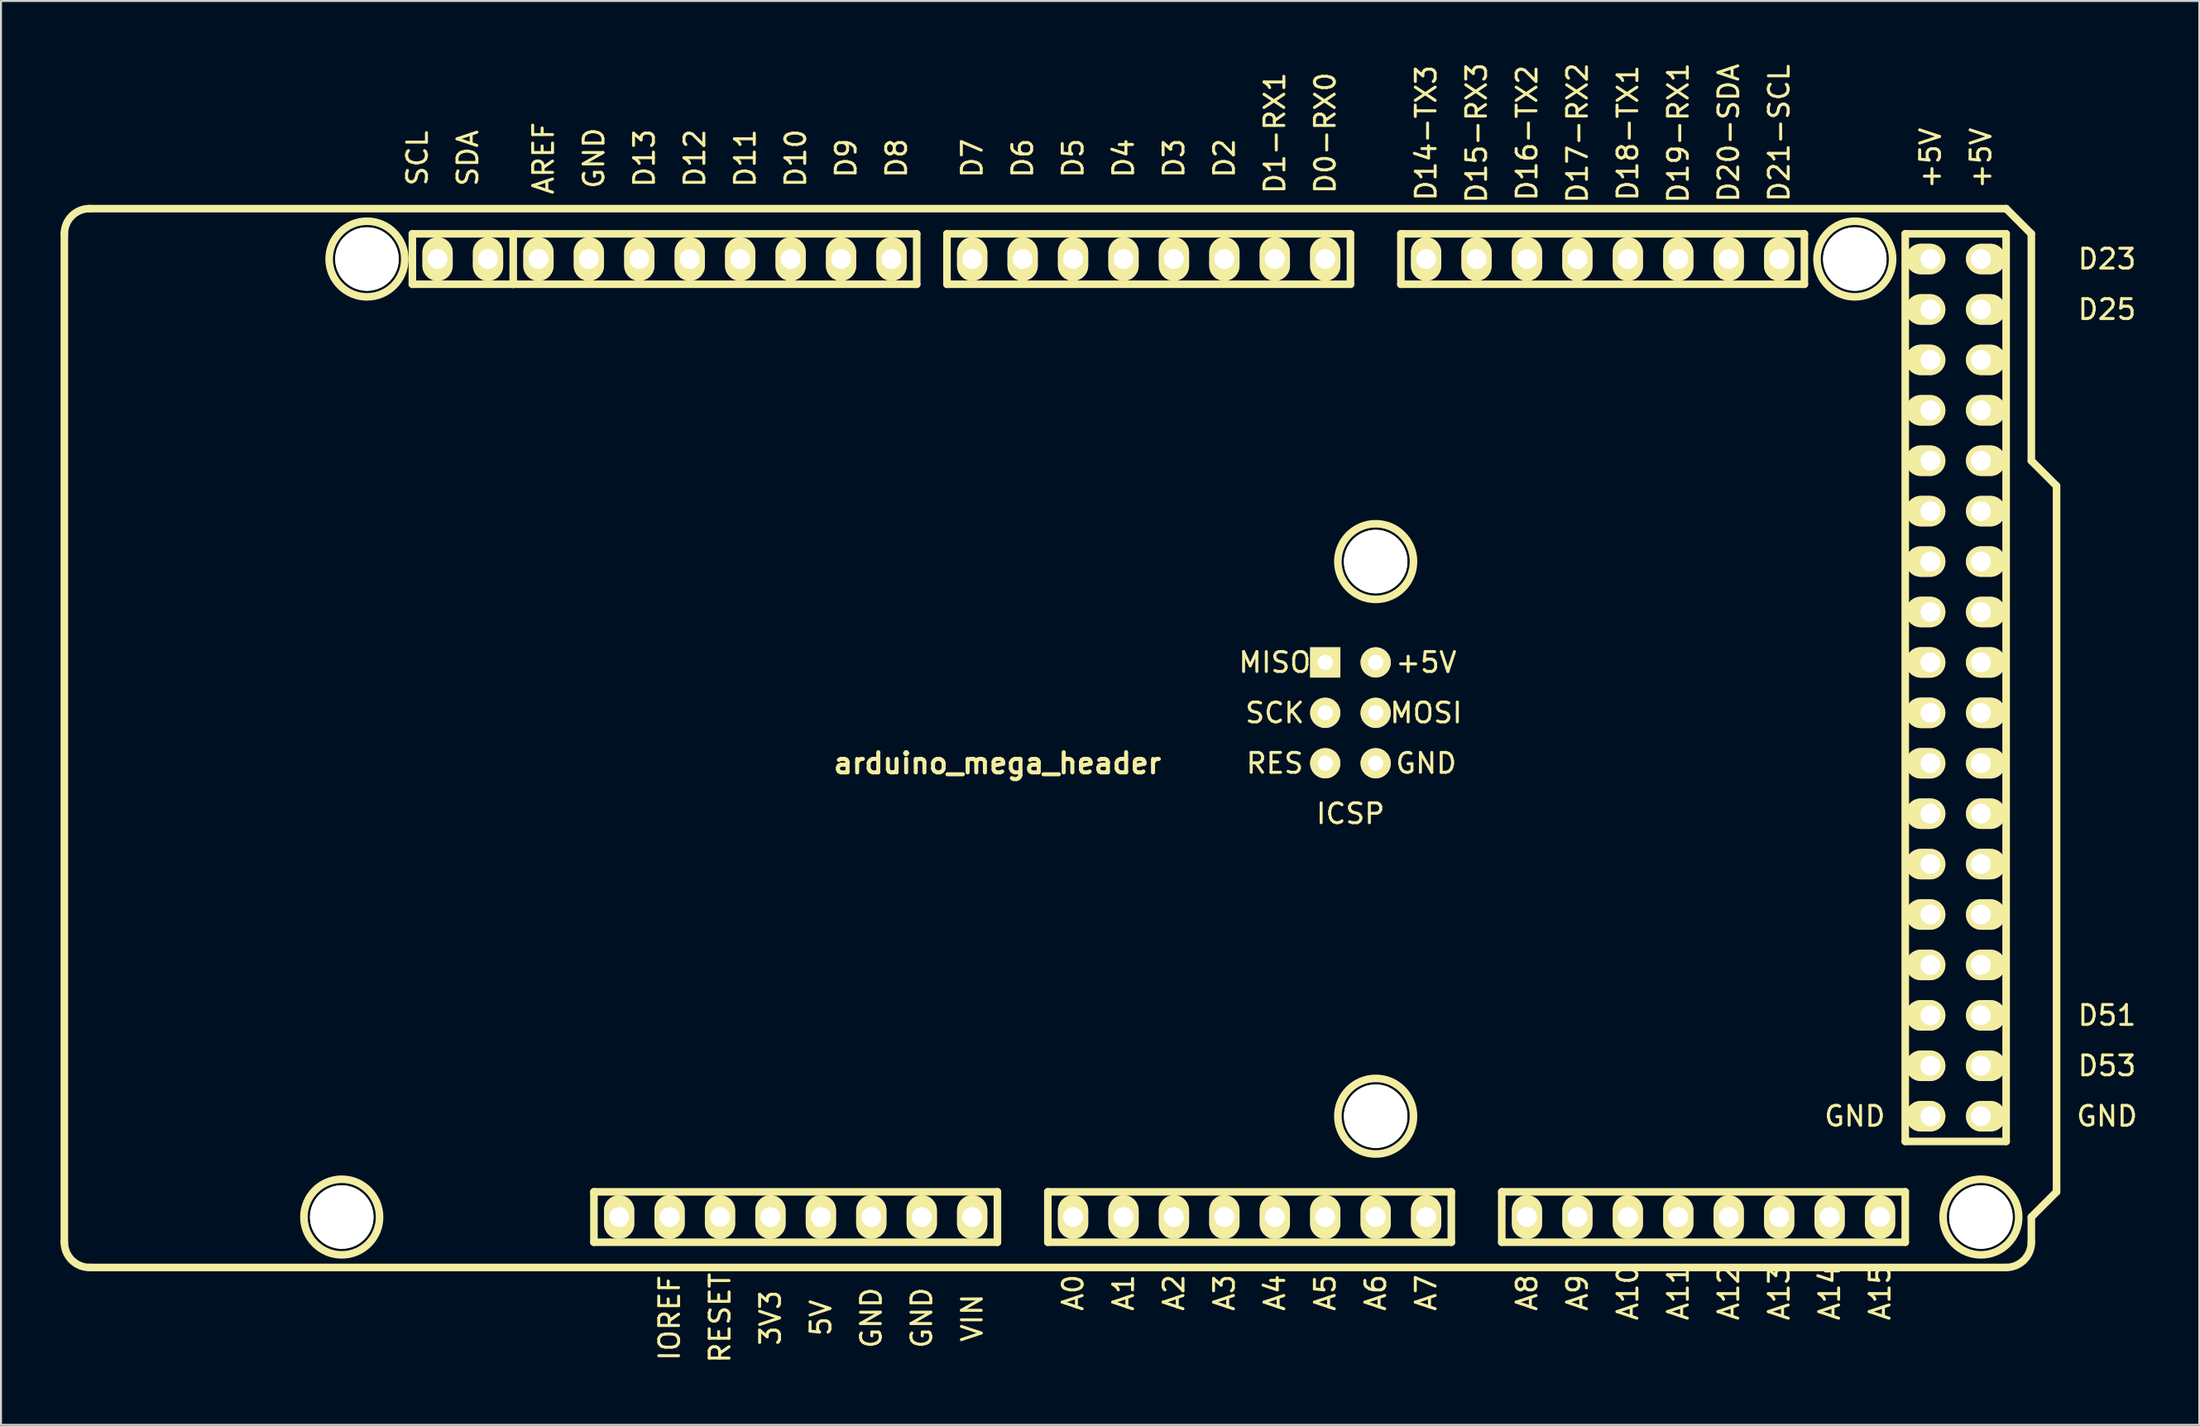
<source format=kicad_pcb>
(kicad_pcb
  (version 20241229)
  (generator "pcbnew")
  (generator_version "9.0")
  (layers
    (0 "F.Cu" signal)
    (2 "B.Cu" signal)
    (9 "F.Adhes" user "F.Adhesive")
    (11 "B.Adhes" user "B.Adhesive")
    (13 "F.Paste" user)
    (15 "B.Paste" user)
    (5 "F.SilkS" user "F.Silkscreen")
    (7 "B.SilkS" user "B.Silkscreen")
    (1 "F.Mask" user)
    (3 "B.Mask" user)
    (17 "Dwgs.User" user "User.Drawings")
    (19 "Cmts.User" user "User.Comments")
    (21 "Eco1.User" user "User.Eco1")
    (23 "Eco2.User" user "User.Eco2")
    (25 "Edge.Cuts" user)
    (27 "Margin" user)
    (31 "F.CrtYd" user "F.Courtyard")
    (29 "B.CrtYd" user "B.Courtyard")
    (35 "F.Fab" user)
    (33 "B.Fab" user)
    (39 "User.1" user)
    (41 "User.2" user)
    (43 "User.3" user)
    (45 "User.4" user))
  (footprint "arduino_mega_header"
    (layer "F.Cu")
    (at 49.721 34.129)
    (property "Reference" "arduino_mega_header" (at -2.54 1.27 0) (layer "F.SilkS") (effects (font (size 1.016 1.016) (thickness 0.203))))
    (attr through_hole)
    (fp_line (start -49.53 25.4) (end -49.53 -25.4) (stroke (width 0.381) (type solid)) (layer "F.SilkS"))
    (fp_line (start -48.26 -26.67) (end 48.26 -26.67) (stroke (width 0.381) (type solid)) (layer "F.SilkS"))
    (fp_line (start -48.26 26.67) (end 48.26 26.67) (stroke (width 0.381) (type solid)) (layer "F.SilkS"))
    (fp_line (start -32.004 -25.4) (end -32.004 -22.86) (stroke (width 0.381) (type solid)) (layer "F.SilkS"))
    (fp_line (start -32.004 -22.86) (end -26.924 -22.86) (stroke (width 0.381) (type solid)) (layer "F.SilkS"))
    (fp_line (start -26.924 -25.4) (end -32.004 -25.4) (stroke (width 0.381) (type solid)) (layer "F.SilkS"))
    (fp_line (start -26.924 -22.86) (end -26.924 -25.4) (stroke (width 0.381) (type solid)) (layer "F.SilkS"))
    (fp_line (start -22.86 25.4) (end -22.86 22.86) (stroke (width 0.381) (type solid)) (layer "F.SilkS"))
    (fp_line (start -22.86 25.4) (end -2.54 25.4) (stroke (width 0.381) (type solid)) (layer "F.SilkS"))
    (fp_line (start -6.604 -25.4) (end -26.924 -25.4) (stroke (width 0.381) (type solid)) (layer "F.SilkS"))
    (fp_line (start -6.604 -22.86) (end -26.924 -22.86) (stroke (width 0.381) (type solid)) (layer "F.SilkS"))
    (fp_line (start -6.604 -22.86) (end -6.604 -25.4) (stroke (width 0.381) (type solid)) (layer "F.SilkS"))
    (fp_line (start -5.08 -25.4) (end 15.24 -25.4) (stroke (width 0.381) (type solid)) (layer "F.SilkS"))
    (fp_line (start -5.08 -22.86) (end -5.08 -25.4) (stroke (width 0.381) (type solid)) (layer "F.SilkS"))
    (fp_line (start -2.54 22.86) (end -22.86 22.86) (stroke (width 0.381) (type solid)) (layer "F.SilkS"))
    (fp_line (start -2.54 22.86) (end -2.54 25.4) (stroke (width 0.381) (type solid)) (layer "F.SilkS"))
    (fp_line (start 0 22.86) (end 0 25.4) (stroke (width 0.381) (type solid)) (layer "F.SilkS"))
    (fp_line (start 0 25.4) (end 20.32 25.4) (stroke (width 0.381) (type solid)) (layer "F.SilkS"))
    (fp_line (start 15.24 -25.4) (end 15.24 -22.86) (stroke (width 0.381) (type solid)) (layer "F.SilkS"))
    (fp_line (start 15.24 -22.86) (end -5.08 -22.86) (stroke (width 0.381) (type solid)) (layer "F.SilkS"))
    (fp_line (start 17.78 -25.4) (end 17.78 -22.86) (stroke (width 0.381) (type solid)) (layer "F.SilkS"))
    (fp_line (start 17.78 -22.86) (end 38.1 -22.86) (stroke (width 0.381) (type solid)) (layer "F.SilkS"))
    (fp_line (start 20.32 22.86) (end 0 22.86) (stroke (width 0.381) (type solid)) (layer "F.SilkS"))
    (fp_line (start 20.32 25.4) (end 20.32 22.86) (stroke (width 0.381) (type solid)) (layer "F.SilkS"))
    (fp_line (start 22.86 22.86) (end 43.18 22.86) (stroke (width 0.381) (type solid)) (layer "F.SilkS"))
    (fp_line (start 22.86 25.4) (end 22.86 22.86) (stroke (width 0.381) (type solid)) (layer "F.SilkS"))
    (fp_line (start 38.1 -25.4) (end 17.78 -25.4) (stroke (width 0.381) (type solid)) (layer "F.SilkS"))
    (fp_line (start 38.1 -22.86) (end 38.1 -25.4) (stroke (width 0.381) (type solid)) (layer "F.SilkS"))
    (fp_line (start 43.18 -25.4) (end 43.18 20.32) (stroke (width 0.381) (type solid)) (layer "F.SilkS"))
    (fp_line (start 43.18 20.32) (end 48.26 20.32) (stroke (width 0.381) (type solid)) (layer "F.SilkS"))
    (fp_line (start 43.18 22.86) (end 43.18 25.4) (stroke (width 0.381) (type solid)) (layer "F.SilkS"))
    (fp_line (start 43.18 25.4) (end 22.86 25.4) (stroke (width 0.381) (type solid)) (layer "F.SilkS"))
    (fp_line (start 48.26 -26.67) (end 49.53 -25.4) (stroke (width 0.381) (type solid)) (layer "F.SilkS"))
    (fp_line (start 48.26 -25.4) (end 43.18 -25.4) (stroke (width 0.381) (type solid)) (layer "F.SilkS"))
    (fp_line (start 48.26 20.32) (end 48.26 -25.4) (stroke (width 0.381) (type solid)) (layer "F.SilkS"))
    (fp_line (start 49.53 -25.4) (end 49.53 -13.97) (stroke (width 0.381) (type solid)) (layer "F.SilkS"))
    (fp_line (start 49.53 -13.97) (end 50.8 -12.7) (stroke (width 0.381) (type solid)) (layer "F.SilkS"))
    (fp_line (start 49.53 24.13) (end 49.53 25.4) (stroke (width 0.381) (type solid)) (layer "F.SilkS"))
    (fp_line (start 50.8 -12.7) (end 50.8 22.86) (stroke (width 0.381) (type solid)) (layer "F.SilkS"))
    (fp_line (start 50.8 22.86) (end 49.53 24.13) (stroke (width 0.381) (type solid)) (layer "F.SilkS"))
    (fp_arc (start -49.53 -25.4) (mid -49.158026 -26.298026) (end -48.26 -26.67) (stroke (width 0.381) (type solid)) (layer "F.SilkS"))
    (fp_arc (start -48.26 26.67) (mid -49.158026 26.298026) (end -49.53 25.4) (stroke (width 0.381) (type solid)) (layer "F.SilkS"))
    (fp_arc (start 49.53 25.4) (mid 49.158026 26.298026) (end 48.26 26.67) (stroke (width 0.381) (type solid)) (layer "F.SilkS"))
    (fp_circle (center -35.56 24.13) (end -33.655 24.13) (stroke (width 0.381) (type solid)) (fill no) (layer "F.SilkS"))
    (fp_circle (center -34.29 -24.13) (end -32.385 -24.13) (stroke (width 0.381) (type solid)) (fill no) (layer "F.SilkS"))
    (fp_circle (center 16.51 -8.89) (end 18.415 -8.89) (stroke (width 0.381) (type solid)) (fill no) (layer "F.SilkS"))
    (fp_circle (center 16.51 19.05) (end 18.415 19.05) (stroke (width 0.381) (type solid)) (fill no) (layer "F.SilkS"))
    (fp_circle (center 40.64 -24.13) (end 42.545 -24.13) (stroke (width 0.381) (type solid)) (fill no) (layer "F.SilkS"))
    (fp_circle (center 46.99 24.13) (end 48.895 24.13) (stroke (width 0.381) (type solid)) (fill no) (layer "F.SilkS"))
    (fp_text user "+5V" (at 44.45 -29.21 90) (layer "F.SilkS") (effects (font (size 1 1) (thickness 0.15))))
    (fp_text user "GND" (at 53.34 19.05 180) (layer "F.SilkS") (effects (font (size 1 1) (thickness 0.15))))
    (fp_text user "D4" (at 3.81 -29.21 90) (layer "F.SilkS") (effects (font (size 1 1) (thickness 0.15))))
    (fp_text user "ICSP" (at 15.24 3.81 180) (layer "F.SilkS") (effects (font (size 1 1) (thickness 0.15))))
    (fp_text user "RES" (at 11.43 1.27 180) (layer "F.SilkS") (effects (font (size 1 1) (thickness 0.15))))
    (fp_text user "D7" (at -3.81 -29.21 90) (layer "F.SilkS") (effects (font (size 1 1) (thickness 0.15))))
    (fp_text user "D18-TX1" (at 29.21 -30.48 90) (layer "F.SilkS") (effects (font (size 1 1) (thickness 0.15))))
    (fp_text user "MISO" (at 11.43 -3.81 180) (layer "F.SilkS") (effects (font (size 1 1) (thickness 0.15))))
    (fp_text user "A2" (at 6.35 27.94 90) (layer "F.SilkS") (effects (font (size 1 1) (thickness 0.15))))
    (fp_text user "IOREF" (at -19.05 29.21 90) (layer "F.SilkS") (effects (font (size 1 1) (thickness 0.15))))
    (fp_text user "SCK" (at 11.43 -1.27 180) (layer "F.SilkS") (effects (font (size 1 1) (thickness 0.15))))
    (fp_text user "A9" (at 26.67 27.94 90) (layer "F.SilkS") (effects (font (size 1 1) (thickness 0.15))))
    (fp_text user "A7" (at 19.05 27.94 90) (layer "F.SilkS") (effects (font (size 1 1) (thickness 0.15))))
    (fp_text user "D25" (at 53.34 -21.59 180) (layer "F.SilkS") (effects (font (size 1 1) (thickness 0.15))))
    (fp_text user "D53" (at 53.34 16.51 180) (layer "F.SilkS") (effects (font (size 1 1) (thickness 0.15))))
    (fp_text user "A0" (at 1.27 27.94 90) (layer "F.SilkS") (effects (font (size 1 1) (thickness 0.15))))
    (fp_text user "GND" (at -6.35 29.21 90) (layer "F.SilkS") (effects (font (size 1 1) (thickness 0.15))))
    (fp_text user "D1-RX1" (at 11.43 -30.48 90) (layer "F.SilkS") (effects (font (size 1 1) (thickness 0.15))))
    (fp_text user "D9" (at -10.16 -29.21 90) (layer "F.SilkS") (effects (font (size 1 1) (thickness 0.15))))
    (fp_text user "D51" (at 53.34 13.97 180) (layer "F.SilkS") (effects (font (size 1 1) (thickness 0.15))))
    (fp_text user "GND" (at -22.86 -29.21 90) (layer "F.SilkS") (effects (font (size 1 1) (thickness 0.15))))
    (fp_text user "A5" (at 13.97 27.94 90) (layer "F.SilkS") (effects (font (size 1 1) (thickness 0.15))))
    (fp_text user "D10" (at -12.7 -29.21 90) (layer "F.SilkS") (effects (font (size 1 1) (thickness 0.15))))
    (fp_text user "D21-SCL" (at 36.83 -30.48 90) (layer "F.SilkS") (effects (font (size 1 1) (thickness 0.15))))
    (fp_text user "D12" (at -17.78 -29.21 90) (layer "F.SilkS") (effects (font (size 1 1) (thickness 0.15))))
    (fp_text user "D14-TX3" (at 19.05 -30.48 90) (layer "F.SilkS") (effects (font (size 1 1) (thickness 0.15))))
    (fp_text user "D11" (at -15.24 -29.21 90) (layer "F.SilkS") (effects (font (size 1 1) (thickness 0.15))))
    (fp_text user "GND" (at -8.89 29.21 90) (layer "F.SilkS") (effects (font (size 1 1) (thickness 0.15))))
    (fp_text user "A15" (at 41.91 27.94 90) (layer "F.SilkS") (effects (font (size 1 1) (thickness 0.15))))
    (fp_text user "GND" (at 19.05 1.27 180) (layer "F.SilkS") (effects (font (size 1 1) (thickness 0.15))))
    (fp_text user "A11" (at 31.75 27.94 90) (layer "F.SilkS") (effects (font (size 1 1) (thickness 0.15))))
    (fp_text user "D15-RX3" (at 21.59 -30.48 90) (layer "F.SilkS") (effects (font (size 1 1) (thickness 0.15))))
    (fp_text user "SCL" (at -31.75 -29.21 90) (layer "F.SilkS") (effects (font (size 1 1) (thickness 0.15))))
    (fp_text user "D2" (at 8.89 -29.21 90) (layer "F.SilkS") (effects (font (size 1 1) (thickness 0.15))))
    (fp_text user "RESET" (at -16.51 29.21 90) (layer "F.SilkS") (effects (font (size 1 1) (thickness 0.15))))
    (fp_text user "D23" (at 53.34 -24.13 180) (layer "F.SilkS") (effects (font (size 1 1) (thickness 0.15))))
    (fp_text user "D3" (at 6.35 -29.21 90) (layer "F.SilkS") (effects (font (size 1 1) (thickness 0.15))))
    (fp_text user "D6" (at -1.27 -29.21 90) (layer "F.SilkS") (effects (font (size 1 1) (thickness 0.15))))
    (fp_text user "MOSI" (at 19.05 -1.27 180) (layer "F.SilkS") (effects (font (size 1 1) (thickness 0.15))))
    (fp_text user "+5V" (at 46.99 -29.21 90) (layer "F.SilkS") (effects (font (size 1 1) (thickness 0.15))))
    (fp_text user "D17-RX2" (at 26.67 -30.48 90) (layer "F.SilkS") (effects (font (size 1 1) (thickness 0.15))))
    (fp_text user "A6" (at 16.51 27.94 90) (layer "F.SilkS") (effects (font (size 1 1) (thickness 0.15))))
    (fp_text user "A13" (at 36.83 27.94 90) (layer "F.SilkS") (effects (font (size 1 1) (thickness 0.15))))
    (fp_text user "AREF" (at -25.4 -29.21 90) (layer "F.SilkS") (effects (font (size 1 1) (thickness 0.15))))
    (fp_text user "SDA" (at -29.21 -29.21 90) (layer "F.SilkS") (effects (font (size 1 1) (thickness 0.15))))
    (fp_text user "+5V" (at 19.05 -3.81 180) (layer "F.SilkS") (effects (font (size 1 1) (thickness 0.15))))
    (fp_text user "A10" (at 29.21 27.94 90) (layer "F.SilkS") (effects (font (size 1 1) (thickness 0.15))))
    (fp_text user "A3" (at 8.89 27.94 90) (layer "F.SilkS") (effects (font (size 1 1) (thickness 0.15))))
    (fp_text user "D8" (at -7.62 -29.21 90) (layer "F.SilkS") (effects (font (size 1 1) (thickness 0.15))))
    (fp_text user "" (at -1.27 -1.27 0) (layer "F.SilkS") (effects (font (size 1 1) (thickness 0.15))))
    (fp_text user "A4" (at 11.43 27.94 90) (layer "F.SilkS") (effects (font (size 1 1) (thickness 0.15))))
    (fp_text user "3V3" (at -13.97 29.21 90) (layer "F.SilkS") (effects (font (size 1 1) (thickness 0.15))))
    (fp_text user "A14" (at 39.37 27.94 90) (layer "F.SilkS") (effects (font (size 1 1) (thickness 0.15))))
    (fp_text user "D16-TX2" (at 24.13 -30.48 90) (layer "F.SilkS") (effects (font (size 1 1) (thickness 0.15))))
    (fp_text user "A1" (at 3.81 27.94 90) (layer "F.SilkS") (effects (font (size 1 1) (thickness 0.15))))
    (fp_text user "A12" (at 34.29 27.94 90) (layer "F.SilkS") (effects (font (size 1 1) (thickness 0.15))))
    (fp_text user "5V" (at -11.43 29.21 90) (layer "F.SilkS") (effects (font (size 1 1) (thickness 0.15))))
    (fp_text user "GND" (at 40.64 19.05 180) (layer "F.SilkS") (effects (font (size 1 1) (thickness 0.15))))
    (fp_text user "D19-RX1" (at 31.75 -30.48 90) (layer "F.SilkS") (effects (font (size 1 1) (thickness 0.15))))
    (fp_text user "D5" (at 1.27 -29.21 90) (layer "F.SilkS") (effects (font (size 1 1) (thickness 0.15))))
    (fp_text user "D0-RX0" (at 13.97 -30.48 90) (layer "F.SilkS") (effects (font (size 1 1) (thickness 0.15))))
    (fp_text user "D13" (at -20.32 -29.21 90) (layer "F.SilkS") (effects (font (size 1 1) (thickness 0.15))))
    (fp_text user "D20-SDA" (at 34.29 -30.48 90) (layer "F.SilkS") (effects (font (size 1 1) (thickness 0.15))))
    (fp_text user "VIN" (at -3.81 29.21 90) (layer "F.SilkS") (effects (font (size 1 1) (thickness 0.15))))
    (fp_text user "A8" (at 24.13 27.94 90) (layer "F.SilkS") (effects (font (size 1 1) (thickness 0.15))))
    (pad "" np_thru_hole circle (at -35.56 24.13) (size 3.198 3.198) (drill 3.198) (layers "*.Cu" "*.Mask" "F.SilkS"))
    (pad "" np_thru_hole circle (at -34.29 -24.13) (size 3.198 3.198) (drill 3.198) (layers "*.Cu" "*.Mask" "F.SilkS"))
    (pad "" np_thru_hole circle (at 16.51 -8.89) (size 3.198 3.198) (drill 3.198) (layers "*.Cu" "*.Mask" "F.SilkS"))
    (pad "" np_thru_hole circle (at 16.51 19.05) (size 3.198 3.198) (drill 3.198) (layers "*.Cu" "*.Mask" "F.SilkS"))
    (pad "" np_thru_hole circle (at 40.64 -24.13) (size 3.198 3.198) (drill 3.198) (layers "*.Cu" "*.Mask" "F.SilkS"))
    (pad "" np_thru_hole circle (at 46.99 24.13) (size 3.198 3.198) (drill 3.198) (layers "*.Cu" "*.Mask" "F.SilkS"))
    (pad "1" thru_hole oval (at -21.59 24.13) (size 1.524 2.2) (drill 1.001) (layers "*.Cu" "*.Mask" "F.SilkS"))
    (pad "2" thru_hole oval (at -19.05 24.13) (size 1.524 2.2) (drill 1.001) (layers "*.Cu" "*.Mask" "F.SilkS"))
    (pad "3" thru_hole oval (at -16.51 24.13) (size 1.524 2.2) (drill 1.001) (layers "*.Cu" "*.Mask" "F.SilkS"))
    (pad "4" thru_hole oval (at -13.97 24.13) (size 1.524 2.2) (drill 1.001) (layers "*.Cu" "*.Mask" "F.SilkS"))
    (pad "5" thru_hole oval (at -11.43 24.13) (size 1.524 2.2) (drill 1.001) (layers "*.Cu" "*.Mask" "F.SilkS"))
    (pad "6" thru_hole oval (at -8.89 24.13) (size 1.524 2.2) (drill 1.001) (layers "*.Cu" "*.Mask" "F.SilkS"))
    (pad "7" thru_hole oval (at -6.35 24.13) (size 1.524 2.2) (drill 1.001) (layers "*.Cu" "*.Mask" "F.SilkS"))
    (pad "8" thru_hole oval (at -3.81 24.13) (size 1.524 2.2) (drill 1.001) (layers "*.Cu" "*.Mask" "F.SilkS"))
    (pad "9" thru_hole oval (at 1.27 24.13) (size 1.524 2.2) (drill 1.001) (layers "*.Cu" "*.Mask" "F.SilkS"))
    (pad "10" thru_hole oval (at 3.81 24.13) (size 1.524 2.2) (drill 1.001) (layers "*.Cu" "*.Mask" "F.SilkS"))
    (pad "11" thru_hole oval (at 6.35 24.13) (size 1.524 2.2) (drill 1.001) (layers "*.Cu" "*.Mask" "F.SilkS"))
    (pad "12" thru_hole oval (at 8.89 24.13) (size 1.524 2.2) (drill 1.001) (layers "*.Cu" "*.Mask" "F.SilkS"))
    (pad "13" thru_hole oval (at 11.43 24.13) (size 1.524 2.2) (drill 1.001) (layers "*.Cu" "*.Mask" "F.SilkS"))
    (pad "14" thru_hole oval (at 13.97 24.13) (size 1.524 2.2) (drill 1.001) (layers "*.Cu" "*.Mask" "F.SilkS"))
    (pad "15" thru_hole oval (at 16.51 24.13) (size 1.524 2.2) (drill 1.001) (layers "*.Cu" "*.Mask" "F.SilkS"))
    (pad "16" thru_hole oval (at 19.05 24.13) (size 1.524 2.2) (drill 1.001) (layers "*.Cu" "*.Mask" "F.SilkS"))
    (pad "17" thru_hole oval (at 24.13 24.13) (size 1.524 2.2) (drill 1.001) (layers "*.Cu" "*.Mask" "F.SilkS"))
    (pad "18" thru_hole oval (at 26.67 24.13) (size 1.524 2.2) (drill 1.001) (layers "*.Cu" "*.Mask" "F.SilkS"))
    (pad "19" thru_hole oval (at 29.21 24.13) (size 1.524 2.2) (drill 1.001) (layers "*.Cu" "*.Mask" "F.SilkS"))
    (pad "20" thru_hole oval (at 31.75 24.13) (size 1.524 2.197) (drill 1.001) (layers "*.Cu" "*.Mask" "F.SilkS"))
    (pad "21" thru_hole oval (at 34.29 24.13) (size 1.524 2.197) (drill 1.001) (layers "*.Cu" "*.Mask" "F.SilkS"))
    (pad "22" thru_hole oval (at 36.83 24.13) (size 1.524 2.197) (drill 1.001) (layers "*.Cu" "*.Mask" "F.SilkS"))
    (pad "23" thru_hole oval (at 39.37 24.13) (size 1.524 2.197) (drill 1.001) (layers "*.Cu" "*.Mask" "F.SilkS"))
    (pad "24" thru_hole oval (at 41.91 24.13) (size 1.524 2.197) (drill 1.001) (layers "*.Cu" "*.Mask" "F.SilkS"))
    (pad "25" thru_hole oval (at 44.45 19.05) (size 1.999 1.539) (drill 1.001 (offset -0.249 0)) (layers "*.Cu" "*.Mask" "F.SilkS"))
    (pad "26" thru_hole oval (at 44.45 16.51) (size 1.999 1.539) (drill 1.001 (offset -0.249 0)) (layers "*.Cu" "*.Mask" "F.SilkS"))
    (pad "27" thru_hole oval (at 44.45 13.97) (size 1.999 1.539) (drill 1.001 (offset -0.249 0)) (layers "*.Cu" "*.Mask" "F.SilkS"))
    (pad "28" thru_hole oval (at 44.45 11.43) (size 1.999 1.539) (drill 1.001 (offset -0.249 0)) (layers "*.Cu" "*.Mask" "F.SilkS"))
    (pad "29" thru_hole oval (at 44.45 8.89) (size 1.999 1.539) (drill 1.001 (offset -0.249 0)) (layers "*.Cu" "*.Mask" "F.SilkS"))
    (pad "30" thru_hole oval (at 44.45 6.35) (size 1.999 1.539) (drill 1.001 (offset -0.249 0)) (layers "*.Cu" "*.Mask" "F.SilkS"))
    (pad "31" thru_hole oval (at 44.45 3.81) (size 1.999 1.539) (drill 1.001 (offset -0.249 0)) (layers "*.Cu" "*.Mask" "F.SilkS"))
    (pad "32" thru_hole oval (at 44.45 1.27) (size 1.999 1.539) (drill 1.001 (offset -0.249 0)) (layers "*.Cu" "*.Mask" "F.SilkS"))
    (pad "33" thru_hole oval (at 44.45 -1.27) (size 1.999 1.539) (drill 1.001 (offset -0.249 0)) (layers "*.Cu" "*.Mask" "F.SilkS"))
    (pad "34" thru_hole oval (at 44.45 -3.81) (size 1.999 1.539) (drill 1.001 (offset -0.249 0)) (layers "*.Cu" "*.Mask" "F.SilkS"))
    (pad "35" thru_hole oval (at 44.45 -6.35) (size 1.999 1.539) (drill 1.001 (offset -0.249 0)) (layers "*.Cu" "*.Mask" "F.SilkS"))
    (pad "36" thru_hole oval (at 44.45 -8.89) (size 1.999 1.539) (drill 1.001 (offset -0.249 0)) (layers "*.Cu" "*.Mask" "F.SilkS"))
    (pad "37" thru_hole oval (at 44.45 -11.43) (size 1.999 1.539) (drill 1.001 (offset -0.249 0)) (layers "*.Cu" "*.Mask" "F.SilkS"))
    (pad "38" thru_hole oval (at 44.45 -13.97) (size 1.999 1.539) (drill 1.001 (offset -0.249 0)) (layers "*.Cu" "*.Mask" "F.SilkS"))
    (pad "39" thru_hole oval (at 44.45 -16.51) (size 1.999 1.539) (drill 1.001 (offset -0.249 0)) (layers "*.Cu" "*.Mask" "F.SilkS"))
    (pad "40" thru_hole oval (at 44.45 -19.05) (size 1.999 1.539) (drill 1.001 (offset -0.249 0)) (layers "*.Cu" "*.Mask" "F.SilkS"))
    (pad "41" thru_hole oval (at 44.45 -21.59) (size 1.999 1.539) (drill 1.001 (offset -0.249 0)) (layers "*.Cu" "*.Mask" "F.SilkS"))
    (pad "42" thru_hole oval (at 44.45 -24.13) (size 1.999 1.539) (drill 1.001 (offset -0.249 0)) (layers "*.Cu" "*.Mask" "F.SilkS"))
    (pad "43" thru_hole oval (at 46.99 19.05) (size 1.999 1.537) (drill 1.001 (offset 0.246 0)) (layers "*.Cu" "*.Mask" "F.SilkS"))
    (pad "44" thru_hole oval (at 46.99 16.51) (size 1.999 1.537) (drill 1.001 (offset 0.246 0)) (layers "*.Cu" "*.Mask" "F.SilkS"))
    (pad "45" thru_hole oval (at 46.99 13.97) (size 1.999 1.537) (drill 1.001 (offset 0.246 0)) (layers "*.Cu" "*.Mask" "F.SilkS"))
    (pad "46" thru_hole oval (at 46.99 11.43) (size 1.999 1.537) (drill 1.001 (offset 0.246 0)) (layers "*.Cu" "*.Mask" "F.SilkS"))
    (pad "47" thru_hole oval (at 46.99 8.89) (size 1.999 1.537) (drill 1.001 (offset 0.246 0)) (layers "*.Cu" "*.Mask" "F.SilkS"))
    (pad "48" thru_hole oval (at 46.99 6.35) (size 1.999 1.537) (drill 1.001 (offset 0.246 0)) (layers "*.Cu" "*.Mask" "F.SilkS"))
    (pad "49" thru_hole oval (at 46.99 3.81) (size 1.999 1.537) (drill 1.001 (offset 0.246 0)) (layers "*.Cu" "*.Mask" "F.SilkS"))
    (pad "50" thru_hole oval (at 46.99 1.27) (size 1.999 1.537) (drill 1.001 (offset 0.246 0)) (layers "*.Cu" "*.Mask" "F.SilkS"))
    (pad "51" thru_hole oval (at 46.99 -1.27) (size 1.999 1.537) (drill 1.001 (offset 0.246 0)) (layers "*.Cu" "*.Mask" "F.SilkS"))
    (pad "52" thru_hole oval (at 46.99 -3.81) (size 1.999 1.537) (drill 1.001 (offset 0.246 0)) (layers "*.Cu" "*.Mask" "F.SilkS"))
    (pad "53" thru_hole oval (at 46.99 -6.35) (size 1.999 1.537) (drill 1.001 (offset 0.246 0)) (layers "*.Cu" "*.Mask" "F.SilkS"))
    (pad "54" thru_hole oval (at 46.99 -8.89) (size 1.999 1.537) (drill 1.001 (offset 0.246 0)) (layers "*.Cu" "*.Mask" "F.SilkS"))
    (pad "55" thru_hole oval (at 46.99 -11.43) (size 1.999 1.537) (drill 1.001 (offset 0.246 0)) (layers "*.Cu" "*.Mask" "F.SilkS"))
    (pad "56" thru_hole oval (at 46.99 -13.97) (size 1.999 1.537) (drill 1.001 (offset 0.246 0)) (layers "*.Cu" "*.Mask" "F.SilkS"))
    (pad "57" thru_hole oval (at 46.99 -16.51) (size 1.999 1.537) (drill 1.001 (offset 0.246 0)) (layers "*.Cu" "*.Mask" "F.SilkS"))
    (pad "58" thru_hole oval (at 46.99 -19.05) (size 1.999 1.537) (drill 1.001 (offset 0.246 0)) (layers "*.Cu" "*.Mask" "F.SilkS"))
    (pad "59" thru_hole oval (at 46.99 -21.59) (size 1.999 1.537) (drill 1.001 (offset 0.246 0)) (layers "*.Cu" "*.Mask" "F.SilkS"))
    (pad "60" thru_hole oval (at 46.99 -24.13) (size 1.999 1.537) (drill 1.001 (offset 0.246 0)) (layers "*.Cu" "*.Mask" "F.SilkS"))
    (pad "61" thru_hole oval (at 36.83 -24.13) (size 1.524 2.197) (drill 1.001) (layers "*.Cu" "*.Mask" "F.SilkS"))
    (pad "62" thru_hole oval (at 34.29 -24.13) (size 1.524 2.197) (drill 1.001) (layers "*.Cu" "*.Mask" "F.SilkS"))
    (pad "63" thru_hole oval (at 31.75 -24.13) (size 1.524 2.197) (drill 1.001) (layers "*.Cu" "*.Mask" "F.SilkS"))
    (pad "64" thru_hole oval (at 29.21 -24.13) (size 1.524 2.197) (drill 1.001) (layers "*.Cu" "*.Mask" "F.SilkS"))
    (pad "65" thru_hole oval (at 26.67 -24.13) (size 1.524 2.197) (drill 1.001) (layers "*.Cu" "*.Mask" "F.SilkS"))
    (pad "66" thru_hole oval (at 24.13 -24.13) (size 1.524 2.197) (drill 1.001) (layers "*.Cu" "*.Mask" "F.SilkS"))
    (pad "67" thru_hole oval (at 21.59 -24.13) (size 1.524 2.197) (drill 1.001) (layers "*.Cu" "*.Mask" "F.SilkS"))
    (pad "68" thru_hole oval (at 19.05 -24.13) (size 1.524 2.197) (drill 1.001) (layers "*.Cu" "*.Mask" "F.SilkS"))
    (pad "69" thru_hole oval (at 13.97 -24.13) (size 1.524 2.197) (drill 1.001) (layers "*.Cu" "*.Mask" "F.SilkS"))
    (pad "70" thru_hole oval (at 11.43 -24.13) (size 1.524 2.197) (drill 1.001) (layers "*.Cu" "*.Mask" "F.SilkS"))
    (pad "71" thru_hole oval (at 8.89 -24.13) (size 1.524 2.197) (drill 1.001) (layers "*.Cu" "*.Mask" "F.SilkS"))
    (pad "72" thru_hole oval (at 6.35 -24.13) (size 1.524 2.197) (drill 1.001) (layers "*.Cu" "*.Mask" "F.SilkS"))
    (pad "73" thru_hole oval (at 3.81 -24.13) (size 1.524 2.197) (drill 1.001) (layers "*.Cu" "*.Mask" "F.SilkS"))
    (pad "74" thru_hole oval (at 1.27 -24.13) (size 1.524 2.197) (drill 1.001) (layers "*.Cu" "*.Mask" "F.SilkS"))
    (pad "75" thru_hole oval (at -1.27 -24.13) (size 1.524 2.197) (drill 1.001) (layers "*.Cu" "*.Mask" "F.SilkS"))
    (pad "76" thru_hole oval (at -3.81 -24.13) (size 1.524 2.197) (drill 1.001) (layers "*.Cu" "*.Mask" "F.SilkS"))
    (pad "77" thru_hole oval (at -7.874 -24.13) (size 1.524 2.197) (drill 1.001) (layers "*.Cu" "*.Mask" "F.SilkS"))
    (pad "78" thru_hole oval (at -10.414 -24.13) (size 1.524 2.197) (drill 1.001) (layers "*.Cu" "*.Mask" "F.SilkS"))
    (pad "79" thru_hole oval (at -12.954 -24.13) (size 1.524 2.197) (drill 1.001) (layers "*.Cu" "*.Mask" "F.SilkS"))
    (pad "80" thru_hole oval (at -15.494 -24.13) (size 1.524 2.197) (drill 1.001) (layers "*.Cu" "*.Mask" "F.SilkS"))
    (pad "81" thru_hole oval (at -18.034 -24.13) (size 1.524 2.197) (drill 1.001) (layers "*.Cu" "*.Mask" "F.SilkS"))
    (pad "82" thru_hole oval (at -20.574 -24.13) (size 1.524 2.197) (drill 1.001) (layers "*.Cu" "*.Mask" "F.SilkS"))
    (pad "83" thru_hole oval (at -23.114 -24.13) (size 1.524 2.197) (drill 1.001) (layers "*.Cu" "*.Mask" "F.SilkS"))
    (pad "84" thru_hole oval (at -25.654 -24.13) (size 1.524 2.197) (drill 1.001) (layers "*.Cu" "*.Mask" "F.SilkS"))
    (pad "85" thru_hole oval (at -28.194 -24.13) (size 1.524 2.197) (drill 1.001) (layers "*.Cu" "*.Mask" "F.SilkS"))
    (pad "86" thru_hole oval (at -30.734 -24.13) (size 1.524 2.197) (drill 1.001) (layers "*.Cu" "*.Mask" "F.SilkS"))
    (pad "87" thru_hole rect (at 13.97 -3.81) (size 1.524 1.524) (drill 0.762) (layers "*.Cu" "*.Mask" "F.SilkS"))
    (pad "88" thru_hole circle (at 16.51 -3.81) (size 1.524 1.524) (drill 0.762) (layers "*.Cu" "*.Mask" "F.SilkS"))
    (pad "89" thru_hole circle (at 13.97 -1.27) (size 1.524 1.524) (drill 0.762) (layers "*.Cu" "*.Mask" "F.SilkS"))
    (pad "90" thru_hole circle (at 16.51 -1.27) (size 1.524 1.524) (drill 0.762) (layers "*.Cu" "*.Mask" "F.SilkS"))
    (pad "91" thru_hole circle (at 13.97 1.27) (size 1.524 1.524) (drill 0.762) (layers "*.Cu" "*.Mask" "F.SilkS"))
    (pad "92" thru_hole circle (at 16.51 1.27) (size 1.524 1.524) (drill 0.762) (layers "*.Cu" "*.Mask" "F.SilkS")))
  (gr_rect
    (start -3 -3)
    (end 107.709 68.726)
    (stroke (width 0.1) (type default))
    (fill no)
    (layer "Edge.Cuts")))
</source>
